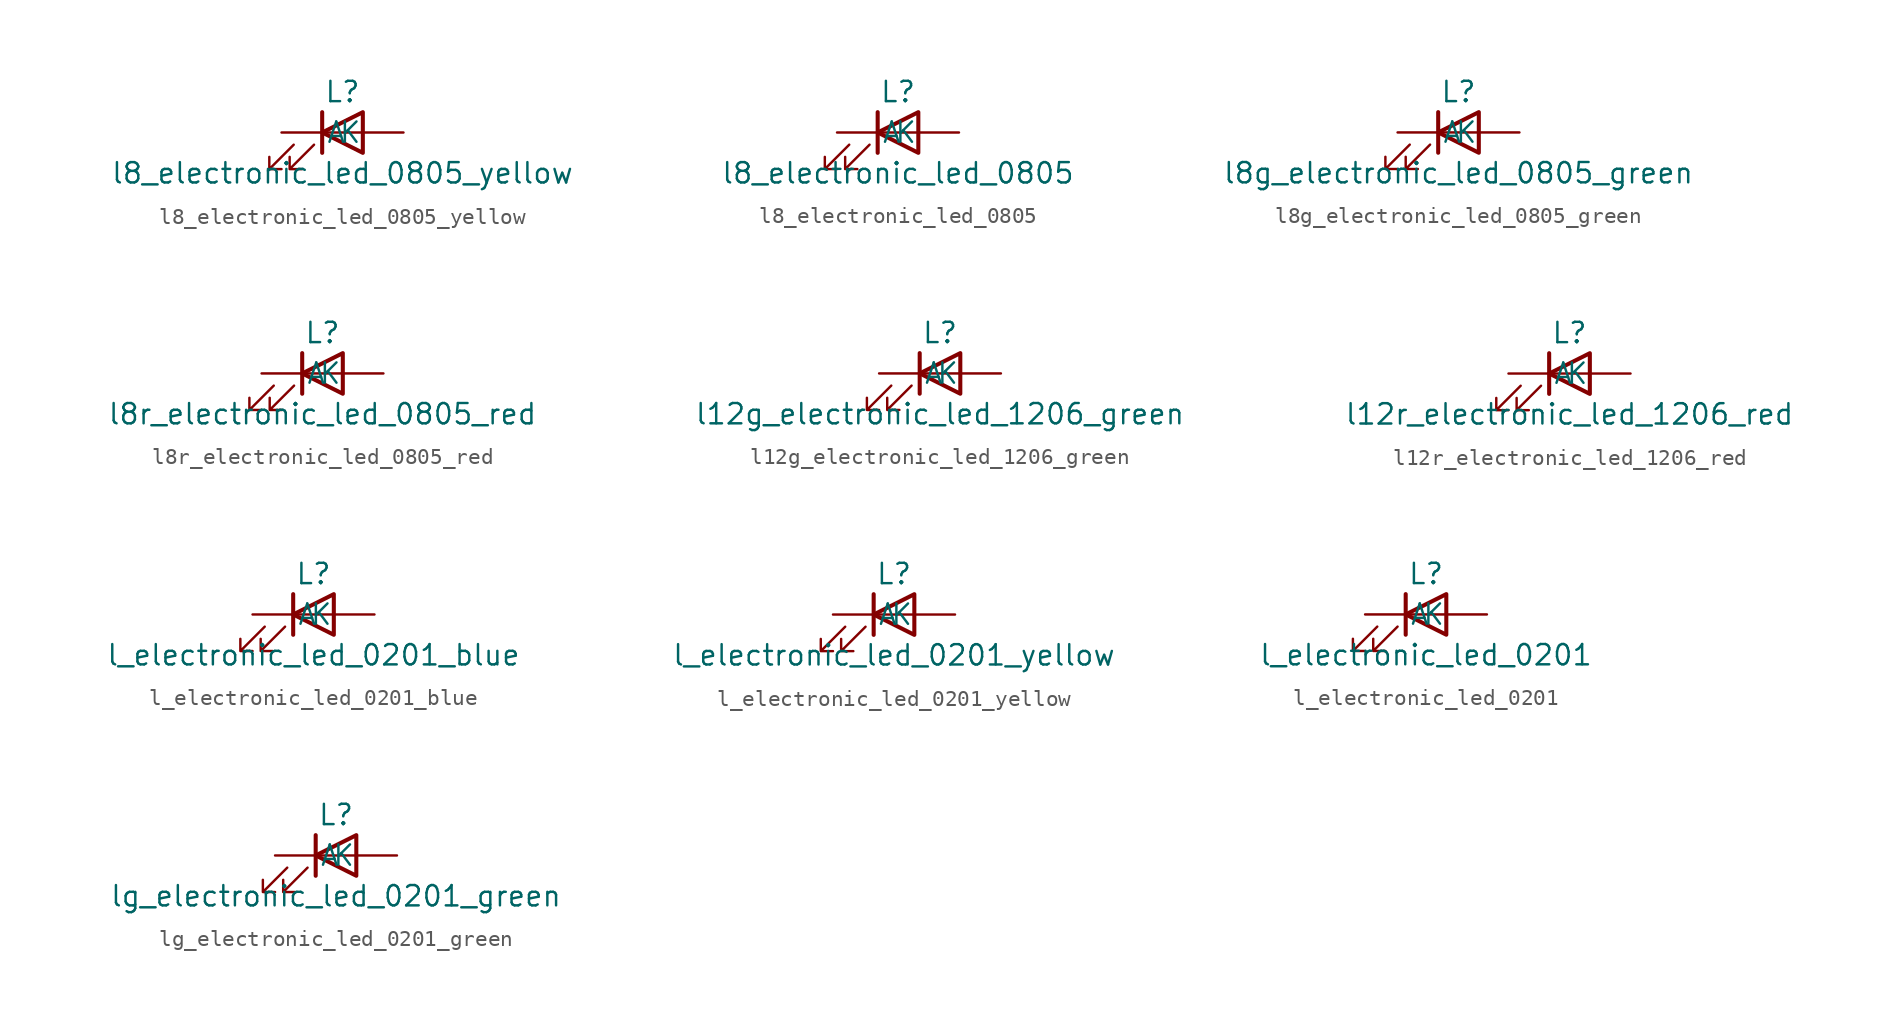
<source format=kicad_sym>
(kicad_symbol_lib
  (version 20220914)
  (generator kicad_symbol_editor)
  (symbol "l8_electronic_led_0805_yellow"
    (pin_numbers hide)
    (pin_names
      (offset 1.016))
    (property "Reference" "L"
      (at 0 2.54 0)
      (effects (font (size 1.27 1.27))))
    (property "Value" "l8_electronic_led_0805_yellow"
      (at 0 -2.54 0)
      (effects (font (size 1.27 1.27))))
    (symbol "l8_electronic_led_0805_yellow_0_1"
      (polyline (pts (xy -1.27 -1.27) (xy -1.27 1.27)) (stroke (width 0.254) (type default)) (fill (type none)))
      (polyline (pts (xy -1.27 0) (xy 1.27 0)) (stroke (width 0) (type default)) (fill (type none)))
      (polyline (pts (xy 1.27 -1.27) (xy 1.27 1.27) (xy -1.27 0) (xy 1.27 -1.27)) (stroke (width 0.254) (type default)) (fill (type none)))
      (polyline (pts (xy -3.048 -0.762) (xy -4.572 -2.286) (xy -3.81 -2.286) (xy -4.572 -2.286) (xy -4.572 -1.524)) (stroke (width 0) (type default)) (fill (type none)))
      (polyline (pts (xy -1.778 -0.762) (xy -3.302 -2.286) (xy -2.54 -2.286) (xy -3.302 -2.286) (xy -3.302 -1.524)) (stroke (width 0) (type default)) (fill (type none))))
    (symbol "l8_electronic_led_0805_yellow_1_1"
      (pin passive line (at -3.81 0 0) (length 2.54) (name "K" (effects (font (size 1.27 1.27)))) (number "1" (effects (font (size 1.27 1.27)))))
      (pin passive line (at 3.81 0 180) (length 2.54) (name "A" (effects (font (size 1.27 1.27)))) (number "2" (effects (font (size 1.27 1.27)))))))
  (symbol "l8_electronic_led_0805"
    (pin_numbers hide)
    (pin_names
      (offset 1.016))
    (property "Reference" "L"
      (at 0 2.54 0)
      (effects (font (size 1.27 1.27))))
    (property "Value" "l8_electronic_led_0805"
      (at 0 -2.54 0)
      (effects (font (size 1.27 1.27))))
    (symbol "l8_electronic_led_0805_0_1"
      (polyline (pts (xy -1.27 -1.27) (xy -1.27 1.27)) (stroke (width 0.254) (type default)) (fill (type none)))
      (polyline (pts (xy -1.27 0) (xy 1.27 0)) (stroke (width 0) (type default)) (fill (type none)))
      (polyline (pts (xy 1.27 -1.27) (xy 1.27 1.27) (xy -1.27 0) (xy 1.27 -1.27)) (stroke (width 0.254) (type default)) (fill (type none)))
      (polyline (pts (xy -3.048 -0.762) (xy -4.572 -2.286) (xy -3.81 -2.286) (xy -4.572 -2.286) (xy -4.572 -1.524)) (stroke (width 0) (type default)) (fill (type none)))
      (polyline (pts (xy -1.778 -0.762) (xy -3.302 -2.286) (xy -2.54 -2.286) (xy -3.302 -2.286) (xy -3.302 -1.524)) (stroke (width 0) (type default)) (fill (type none))))
    (symbol "l8_electronic_led_0805_1_1"
      (pin passive line (at -3.81 0 0) (length 2.54) (name "K" (effects (font (size 1.27 1.27)))) (number "1" (effects (font (size 1.27 1.27)))))
      (pin passive line (at 3.81 0 180) (length 2.54) (name "A" (effects (font (size 1.27 1.27)))) (number "2" (effects (font (size 1.27 1.27)))))))
  (symbol "l8g_electronic_led_0805_green"
    (pin_numbers hide)
    (pin_names
      (offset 1.016))
    (property "Reference" "L"
      (at 0 2.54 0)
      (effects (font (size 1.27 1.27))))
    (property "Value" "l8g_electronic_led_0805_green"
      (at 0 -2.54 0)
      (effects (font (size 1.27 1.27))))
    (symbol "l8g_electronic_led_0805_green_0_1"
      (polyline (pts (xy -1.27 -1.27) (xy -1.27 1.27)) (stroke (width 0.254) (type default)) (fill (type none)))
      (polyline (pts (xy -1.27 0) (xy 1.27 0)) (stroke (width 0) (type default)) (fill (type none)))
      (polyline (pts (xy 1.27 -1.27) (xy 1.27 1.27) (xy -1.27 0) (xy 1.27 -1.27)) (stroke (width 0.254) (type default)) (fill (type none)))
      (polyline (pts (xy -3.048 -0.762) (xy -4.572 -2.286) (xy -3.81 -2.286) (xy -4.572 -2.286) (xy -4.572 -1.524)) (stroke (width 0) (type default)) (fill (type none)))
      (polyline (pts (xy -1.778 -0.762) (xy -3.302 -2.286) (xy -2.54 -2.286) (xy -3.302 -2.286) (xy -3.302 -1.524)) (stroke (width 0) (type default)) (fill (type none))))
    (symbol "l8g_electronic_led_0805_green_1_1"
      (pin passive line (at -3.81 0 0) (length 2.54) (name "K" (effects (font (size 1.27 1.27)))) (number "1" (effects (font (size 1.27 1.27)))))
      (pin passive line (at 3.81 0 180) (length 2.54) (name "A" (effects (font (size 1.27 1.27)))) (number "2" (effects (font (size 1.27 1.27)))))))
  (symbol "l8r_electronic_led_0805_red"
    (pin_numbers hide)
    (pin_names
      (offset 1.016))
    (property "Reference" "L"
      (at 0 2.54 0)
      (effects (font (size 1.27 1.27))))
    (property "Value" "l8r_electronic_led_0805_red"
      (at 0 -2.54 0)
      (effects (font (size 1.27 1.27))))
    (symbol "l8r_electronic_led_0805_red_0_1"
      (polyline (pts (xy -1.27 -1.27) (xy -1.27 1.27)) (stroke (width 0.254) (type default)) (fill (type none)))
      (polyline (pts (xy -1.27 0) (xy 1.27 0)) (stroke (width 0) (type default)) (fill (type none)))
      (polyline (pts (xy 1.27 -1.27) (xy 1.27 1.27) (xy -1.27 0) (xy 1.27 -1.27)) (stroke (width 0.254) (type default)) (fill (type none)))
      (polyline (pts (xy -3.048 -0.762) (xy -4.572 -2.286) (xy -3.81 -2.286) (xy -4.572 -2.286) (xy -4.572 -1.524)) (stroke (width 0) (type default)) (fill (type none)))
      (polyline (pts (xy -1.778 -0.762) (xy -3.302 -2.286) (xy -2.54 -2.286) (xy -3.302 -2.286) (xy -3.302 -1.524)) (stroke (width 0) (type default)) (fill (type none))))
    (symbol "l8r_electronic_led_0805_red_1_1"
      (pin passive line (at -3.81 0 0) (length 2.54) (name "K" (effects (font (size 1.27 1.27)))) (number "1" (effects (font (size 1.27 1.27)))))
      (pin passive line (at 3.81 0 180) (length 2.54) (name "A" (effects (font (size 1.27 1.27)))) (number "2" (effects (font (size 1.27 1.27)))))))
  (symbol "l12g_electronic_led_1206_green"
    (pin_numbers hide)
    (pin_names
      (offset 1.016))
    (property "Reference" "L"
      (at 0 2.54 0)
      (effects (font (size 1.27 1.27))))
    (property "Value" "l12g_electronic_led_1206_green"
      (at 0 -2.54 0)
      (effects (font (size 1.27 1.27))))
    (symbol "l12g_electronic_led_1206_green_0_1"
      (polyline (pts (xy -1.27 -1.27) (xy -1.27 1.27)) (stroke (width 0.254) (type default)) (fill (type none)))
      (polyline (pts (xy -1.27 0) (xy 1.27 0)) (stroke (width 0) (type default)) (fill (type none)))
      (polyline (pts (xy 1.27 -1.27) (xy 1.27 1.27) (xy -1.27 0) (xy 1.27 -1.27)) (stroke (width 0.254) (type default)) (fill (type none)))
      (polyline (pts (xy -3.048 -0.762) (xy -4.572 -2.286) (xy -3.81 -2.286) (xy -4.572 -2.286) (xy -4.572 -1.524)) (stroke (width 0) (type default)) (fill (type none)))
      (polyline (pts (xy -1.778 -0.762) (xy -3.302 -2.286) (xy -2.54 -2.286) (xy -3.302 -2.286) (xy -3.302 -1.524)) (stroke (width 0) (type default)) (fill (type none))))
    (symbol "l12g_electronic_led_1206_green_1_1"
      (pin passive line (at -3.81 0 0) (length 2.54) (name "K" (effects (font (size 1.27 1.27)))) (number "1" (effects (font (size 1.27 1.27)))))
      (pin passive line (at 3.81 0 180) (length 2.54) (name "A" (effects (font (size 1.27 1.27)))) (number "2" (effects (font (size 1.27 1.27)))))))
  (symbol "l12r_electronic_led_1206_red"
    (pin_numbers hide)
    (pin_names
      (offset 1.016))
    (property "Reference" "L"
      (at 0 2.54 0)
      (effects (font (size 1.27 1.27))))
    (property "Value" "l12r_electronic_led_1206_red"
      (at 0 -2.54 0)
      (effects (font (size 1.27 1.27))))
    (symbol "l12r_electronic_led_1206_red_0_1"
      (polyline (pts (xy -1.27 -1.27) (xy -1.27 1.27)) (stroke (width 0.254) (type default)) (fill (type none)))
      (polyline (pts (xy -1.27 0) (xy 1.27 0)) (stroke (width 0) (type default)) (fill (type none)))
      (polyline (pts (xy 1.27 -1.27) (xy 1.27 1.27) (xy -1.27 0) (xy 1.27 -1.27)) (stroke (width 0.254) (type default)) (fill (type none)))
      (polyline (pts (xy -3.048 -0.762) (xy -4.572 -2.286) (xy -3.81 -2.286) (xy -4.572 -2.286) (xy -4.572 -1.524)) (stroke (width 0) (type default)) (fill (type none)))
      (polyline (pts (xy -1.778 -0.762) (xy -3.302 -2.286) (xy -2.54 -2.286) (xy -3.302 -2.286) (xy -3.302 -1.524)) (stroke (width 0) (type default)) (fill (type none))))
    (symbol "l12r_electronic_led_1206_red_1_1"
      (pin passive line (at -3.81 0 0) (length 2.54) (name "K" (effects (font (size 1.27 1.27)))) (number "1" (effects (font (size 1.27 1.27)))))
      (pin passive line (at 3.81 0 180) (length 2.54) (name "A" (effects (font (size 1.27 1.27)))) (number "2" (effects (font (size 1.27 1.27)))))))
  (symbol "l_electronic_led_0201_blue"
    (pin_numbers hide)
    (pin_names
      (offset 1.016))
    (property "Reference" "L"
      (at 0 2.54 0)
      (effects (font (size 1.27 1.27))))
    (property "Value" "l_electronic_led_0201_blue"
      (at 0 -2.54 0)
      (effects (font (size 1.27 1.27))))
    (symbol "l_electronic_led_0201_blue_0_1"
      (polyline (pts (xy -1.27 -1.27) (xy -1.27 1.27)) (stroke (width 0.254) (type default)) (fill (type none)))
      (polyline (pts (xy -1.27 0) (xy 1.27 0)) (stroke (width 0) (type default)) (fill (type none)))
      (polyline (pts (xy 1.27 -1.27) (xy 1.27 1.27) (xy -1.27 0) (xy 1.27 -1.27)) (stroke (width 0.254) (type default)) (fill (type none)))
      (polyline (pts (xy -3.048 -0.762) (xy -4.572 -2.286) (xy -3.81 -2.286) (xy -4.572 -2.286) (xy -4.572 -1.524)) (stroke (width 0) (type default)) (fill (type none)))
      (polyline (pts (xy -1.778 -0.762) (xy -3.302 -2.286) (xy -2.54 -2.286) (xy -3.302 -2.286) (xy -3.302 -1.524)) (stroke (width 0) (type default)) (fill (type none))))
    (symbol "l_electronic_led_0201_blue_1_1"
      (pin passive line (at -3.81 0 0) (length 2.54) (name "K" (effects (font (size 1.27 1.27)))) (number "1" (effects (font (size 1.27 1.27)))))
      (pin passive line (at 3.81 0 180) (length 2.54) (name "A" (effects (font (size 1.27 1.27)))) (number "2" (effects (font (size 1.27 1.27)))))))
  (symbol "l_electronic_led_0201_yellow"
    (pin_numbers hide)
    (pin_names
      (offset 1.016))
    (property "Reference" "L"
      (at 0 2.54 0)
      (effects (font (size 1.27 1.27))))
    (property "Value" "l_electronic_led_0201_yellow"
      (at 0 -2.54 0)
      (effects (font (size 1.27 1.27))))
    (symbol "l_electronic_led_0201_yellow_0_1"
      (polyline (pts (xy -1.27 -1.27) (xy -1.27 1.27)) (stroke (width 0.254) (type default)) (fill (type none)))
      (polyline (pts (xy -1.27 0) (xy 1.27 0)) (stroke (width 0) (type default)) (fill (type none)))
      (polyline (pts (xy 1.27 -1.27) (xy 1.27 1.27) (xy -1.27 0) (xy 1.27 -1.27)) (stroke (width 0.254) (type default)) (fill (type none)))
      (polyline (pts (xy -3.048 -0.762) (xy -4.572 -2.286) (xy -3.81 -2.286) (xy -4.572 -2.286) (xy -4.572 -1.524)) (stroke (width 0) (type default)) (fill (type none)))
      (polyline (pts (xy -1.778 -0.762) (xy -3.302 -2.286) (xy -2.54 -2.286) (xy -3.302 -2.286) (xy -3.302 -1.524)) (stroke (width 0) (type default)) (fill (type none))))
    (symbol "l_electronic_led_0201_yellow_1_1"
      (pin passive line (at -3.81 0 0) (length 2.54) (name "K" (effects (font (size 1.27 1.27)))) (number "1" (effects (font (size 1.27 1.27)))))
      (pin passive line (at 3.81 0 180) (length 2.54) (name "A" (effects (font (size 1.27 1.27)))) (number "2" (effects (font (size 1.27 1.27)))))))
  (symbol "l_electronic_led_0201"
    (pin_numbers hide)
    (pin_names
      (offset 1.016))
    (property "Reference" "L"
      (at 0 2.54 0)
      (effects (font (size 1.27 1.27))))
    (property "Value" "l_electronic_led_0201"
      (at 0 -2.54 0)
      (effects (font (size 1.27 1.27))))
    (symbol "l_electronic_led_0201_0_1"
      (polyline (pts (xy -1.27 -1.27) (xy -1.27 1.27)) (stroke (width 0.254) (type default)) (fill (type none)))
      (polyline (pts (xy -1.27 0) (xy 1.27 0)) (stroke (width 0) (type default)) (fill (type none)))
      (polyline (pts (xy 1.27 -1.27) (xy 1.27 1.27) (xy -1.27 0) (xy 1.27 -1.27)) (stroke (width 0.254) (type default)) (fill (type none)))
      (polyline (pts (xy -3.048 -0.762) (xy -4.572 -2.286) (xy -3.81 -2.286) (xy -4.572 -2.286) (xy -4.572 -1.524)) (stroke (width 0) (type default)) (fill (type none)))
      (polyline (pts (xy -1.778 -0.762) (xy -3.302 -2.286) (xy -2.54 -2.286) (xy -3.302 -2.286) (xy -3.302 -1.524)) (stroke (width 0) (type default)) (fill (type none))))
    (symbol "l_electronic_led_0201_1_1"
      (pin passive line (at -3.81 0 0) (length 2.54) (name "K" (effects (font (size 1.27 1.27)))) (number "1" (effects (font (size 1.27 1.27)))))
      (pin passive line (at 3.81 0 180) (length 2.54) (name "A" (effects (font (size 1.27 1.27)))) (number "2" (effects (font (size 1.27 1.27)))))))
  (symbol "lg_electronic_led_0201_green"
    (pin_numbers hide)
    (pin_names
      (offset 1.016))
    (property "Reference" "L"
      (at 0 2.54 0)
      (effects (font (size 1.27 1.27))))
    (property "Value" "lg_electronic_led_0201_green"
      (at 0 -2.54 0)
      (effects (font (size 1.27 1.27))))
    (symbol "lg_electronic_led_0201_green_0_1"
      (polyline (pts (xy -1.27 -1.27) (xy -1.27 1.27)) (stroke (width 0.254) (type default)) (fill (type none)))
      (polyline (pts (xy -1.27 0) (xy 1.27 0)) (stroke (width 0) (type default)) (fill (type none)))
      (polyline (pts (xy 1.27 -1.27) (xy 1.27 1.27) (xy -1.27 0) (xy 1.27 -1.27)) (stroke (width 0.254) (type default)) (fill (type none)))
      (polyline (pts (xy -3.048 -0.762) (xy -4.572 -2.286) (xy -3.81 -2.286) (xy -4.572 -2.286) (xy -4.572 -1.524)) (stroke (width 0) (type default)) (fill (type none)))
      (polyline (pts (xy -1.778 -0.762) (xy -3.302 -2.286) (xy -2.54 -2.286) (xy -3.302 -2.286) (xy -3.302 -1.524)) (stroke (width 0) (type default)) (fill (type none))))
    (symbol "lg_electronic_led_0201_green_1_1"
      (pin passive line (at -3.81 0 0) (length 2.54) (name "K" (effects (font (size 1.27 1.27)))) (number "1" (effects (font (size 1.27 1.27)))))
      (pin passive line (at 3.81 0 180) (length 2.54) (name "A" (effects (font (size 1.27 1.27)))) (number "2" (effects (font (size 1.27 1.27))))))))
</source>
